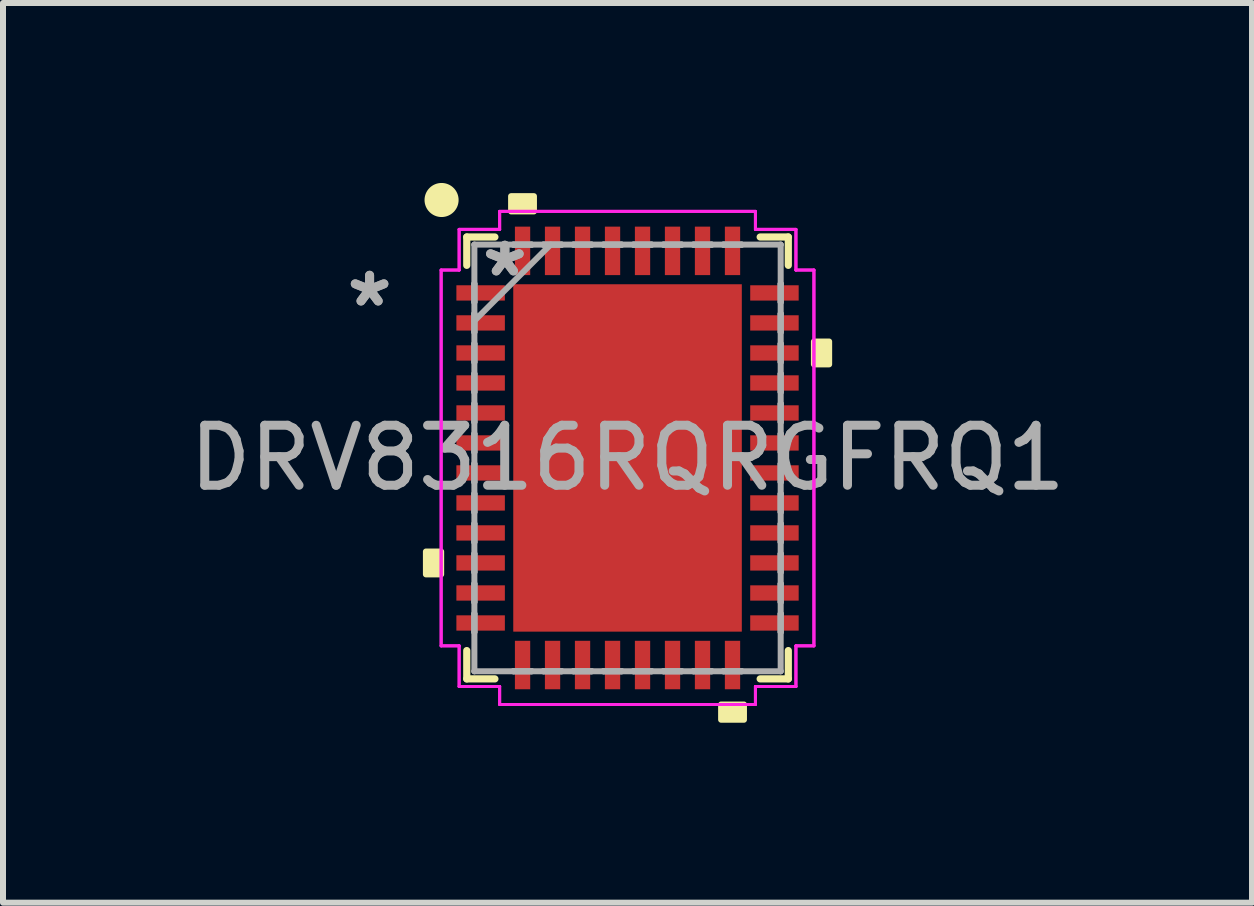
<source format=kicad_pcb>
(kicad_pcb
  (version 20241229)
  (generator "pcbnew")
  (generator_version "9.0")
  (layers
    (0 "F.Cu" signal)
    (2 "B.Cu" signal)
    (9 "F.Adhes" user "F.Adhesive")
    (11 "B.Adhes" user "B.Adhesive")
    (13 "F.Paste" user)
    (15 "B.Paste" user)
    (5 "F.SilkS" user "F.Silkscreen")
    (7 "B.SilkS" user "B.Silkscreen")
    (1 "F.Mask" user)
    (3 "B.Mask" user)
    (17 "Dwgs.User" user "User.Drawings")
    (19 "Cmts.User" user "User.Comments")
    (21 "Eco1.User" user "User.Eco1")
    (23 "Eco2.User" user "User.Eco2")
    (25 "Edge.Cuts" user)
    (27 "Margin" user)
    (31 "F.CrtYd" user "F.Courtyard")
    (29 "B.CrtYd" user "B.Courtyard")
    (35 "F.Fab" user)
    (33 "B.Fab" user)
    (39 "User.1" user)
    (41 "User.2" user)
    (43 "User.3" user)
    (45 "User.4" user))
  (footprint "DRV8316RQRGFRQ1"
    (layer "F.Cu")
    (at 7.411 4.584)
    (property "Reference" "DRV8316RQRGFRQ1" (at 0 0 180) (layer "F.Fab") (effects (font (size 1 1) (thickness 0.15))))
    (attr through_hole)
    (fp_line (start -2.68 -3.683) (end -2.68 -3.211) (stroke (width 0.12) (type solid)) (layer "F.SilkS"))
    (fp_line (start -2.68 3.211) (end -2.68 3.683) (stroke (width 0.12) (type solid)) (layer "F.SilkS"))
    (fp_line (start -2.68 3.683) (end -2.211 3.683) (stroke (width 0.12) (type solid)) (layer "F.SilkS"))
    (fp_line (start -2.211 -3.683) (end -2.68 -3.683) (stroke (width 0.12) (type solid)) (layer "F.SilkS"))
    (fp_line (start 2.211 3.683) (end 2.68 3.683) (stroke (width 0.12) (type solid)) (layer "F.SilkS"))
    (fp_line (start 2.68 -3.683) (end 2.211 -3.683) (stroke (width 0.12) (type solid)) (layer "F.SilkS"))
    (fp_line (start 2.68 -3.211) (end 2.68 -3.683) (stroke (width 0.12) (type solid)) (layer "F.SilkS"))
    (fp_line (start 2.68 3.683) (end 2.68 3.211) (stroke (width 0.12) (type solid)) (layer "F.SilkS"))
    (fp_circle (center -3.1 -4.3) (end -2.876 -4.3) (stroke (width 0.12) (type solid)) (fill yes) (layer "F.SilkS"))
    (fp_poly (pts (xy -3.361 1.56) (xy -3.361 1.941) (xy -3.107 1.941) (xy -3.107 1.56)) (stroke (width 0.1) (type solid)) (fill yes) (layer "F.SilkS"))
    (fp_poly (pts (xy -1.941 -4.11) (xy -1.941 -4.364) (xy -1.56 -4.364) (xy -1.56 -4.11)) (stroke (width 0.1) (type solid)) (fill yes) (layer "F.SilkS"))
    (fp_poly (pts (xy 1.56 4.11) (xy 1.56 4.364) (xy 1.941 4.364) (xy 1.941 4.11)) (stroke (width 0.1) (type solid)) (fill yes) (layer "F.SilkS"))
    (fp_poly (pts (xy 3.361 -1.941) (xy 3.361 -1.56) (xy 3.107 -1.56) (xy 3.107 -1.941)) (stroke (width 0.1) (type solid)) (fill yes) (layer "F.SilkS"))
    (fp_poly (pts (xy -1.805 -2.796) (xy -1.805 -1.548) (xy -0.735 -1.548) (xy -0.735 -2.796)) (stroke (width 0.1) (type solid)) (fill yes) (layer "F.Paste"))
    (fp_poly (pts (xy -1.805 -1.348) (xy -1.805 -0.1) (xy -0.735 -0.1) (xy -0.735 -1.348)) (stroke (width 0.1) (type solid)) (fill yes) (layer "F.Paste"))
    (fp_poly (pts (xy -1.805 0.1) (xy -1.805 1.348) (xy -0.735 1.348) (xy -0.735 0.1)) (stroke (width 0.1) (type solid)) (fill yes) (layer "F.Paste"))
    (fp_poly (pts (xy -1.805 1.548) (xy -1.805 2.796) (xy -0.735 2.796) (xy -0.735 1.548)) (stroke (width 0.1) (type solid)) (fill yes) (layer "F.Paste"))
    (fp_poly (pts (xy -0.535 -2.796) (xy -0.535 -1.548) (xy 0.535 -1.548) (xy 0.535 -2.796)) (stroke (width 0.1) (type solid)) (fill yes) (layer "F.Paste"))
    (fp_poly (pts (xy -0.535 -1.348) (xy -0.535 -0.1) (xy 0.535 -0.1) (xy 0.535 -1.348)) (stroke (width 0.1) (type solid)) (fill yes) (layer "F.Paste"))
    (fp_poly (pts (xy -0.535 0.1) (xy -0.535 1.348) (xy 0.535 1.348) (xy 0.535 0.1)) (stroke (width 0.1) (type solid)) (fill yes) (layer "F.Paste"))
    (fp_poly (pts (xy -0.535 1.548) (xy -0.535 2.796) (xy 0.535 2.796) (xy 0.535 1.548)) (stroke (width 0.1) (type solid)) (fill yes) (layer "F.Paste"))
    (fp_poly (pts (xy 0.735 -2.796) (xy 0.735 -1.548) (xy 1.805 -1.548) (xy 1.805 -2.796)) (stroke (width 0.1) (type solid)) (fill yes) (layer "F.Paste"))
    (fp_poly (pts (xy 0.735 -1.348) (xy 0.735 -0.1) (xy 1.805 -0.1) (xy 1.805 -1.348)) (stroke (width 0.1) (type solid)) (fill yes) (layer "F.Paste"))
    (fp_poly (pts (xy 0.735 0.1) (xy 0.735 1.348) (xy 1.805 1.348) (xy 1.805 0.1)) (stroke (width 0.1) (type solid)) (fill yes) (layer "F.Paste"))
    (fp_poly (pts (xy 0.735 1.548) (xy 0.735 2.796) (xy 1.805 2.796) (xy 1.805 1.548)) (stroke (width 0.1) (type solid)) (fill yes) (layer "F.Paste"))
    (fp_line (start -3.107 -3.132) (end -2.807 -3.132) (stroke (width 0.05) (type solid)) (layer "F.CrtYd"))
    (fp_line (start -3.107 -3.132) (end -2.807 -3.132) (stroke (width 0.05) (type solid)) (layer "F.CrtYd"))
    (fp_line (start -3.107 3.132) (end -3.107 -3.132) (stroke (width 0.05) (type solid)) (layer "F.CrtYd"))
    (fp_line (start -3.107 3.132) (end -3.107 -3.132) (stroke (width 0.05) (type solid)) (layer "F.CrtYd"))
    (fp_line (start -2.807 -3.81) (end -2.132 -3.81) (stroke (width 0.05) (type solid)) (layer "F.CrtYd"))
    (fp_line (start -2.807 -3.81) (end -2.132 -3.81) (stroke (width 0.05) (type solid)) (layer "F.CrtYd"))
    (fp_line (start -2.807 -3.132) (end -2.807 -3.81) (stroke (width 0.05) (type solid)) (layer "F.CrtYd"))
    (fp_line (start -2.807 -3.132) (end -2.807 -3.81) (stroke (width 0.05) (type solid)) (layer "F.CrtYd"))
    (fp_line (start -2.807 3.132) (end -3.107 3.132) (stroke (width 0.05) (type solid)) (layer "F.CrtYd"))
    (fp_line (start -2.807 3.132) (end -3.107 3.132) (stroke (width 0.05) (type solid)) (layer "F.CrtYd"))
    (fp_line (start -2.807 3.81) (end -2.807 3.132) (stroke (width 0.05) (type solid)) (layer "F.CrtYd"))
    (fp_line (start -2.807 3.81) (end -2.807 3.132) (stroke (width 0.05) (type solid)) (layer "F.CrtYd"))
    (fp_line (start -2.132 -4.11) (end 2.132 -4.11) (stroke (width 0.05) (type solid)) (layer "F.CrtYd"))
    (fp_line (start -2.132 -4.11) (end 2.132 -4.11) (stroke (width 0.05) (type solid)) (layer "F.CrtYd"))
    (fp_line (start -2.132 -3.81) (end -2.132 -4.11) (stroke (width 0.05) (type solid)) (layer "F.CrtYd"))
    (fp_line (start -2.132 -3.81) (end -2.132 -4.11) (stroke (width 0.05) (type solid)) (layer "F.CrtYd"))
    (fp_line (start -2.132 3.81) (end -2.807 3.81) (stroke (width 0.05) (type solid)) (layer "F.CrtYd"))
    (fp_line (start -2.132 3.81) (end -2.807 3.81) (stroke (width 0.05) (type solid)) (layer "F.CrtYd"))
    (fp_line (start -2.132 4.11) (end -2.132 3.81) (stroke (width 0.05) (type solid)) (layer "F.CrtYd"))
    (fp_line (start -2.132 4.11) (end -2.132 3.81) (stroke (width 0.05) (type solid)) (layer "F.CrtYd"))
    (fp_line (start 2.132 -4.11) (end 2.132 -3.81) (stroke (width 0.05) (type solid)) (layer "F.CrtYd"))
    (fp_line (start 2.132 -4.11) (end 2.132 -3.81) (stroke (width 0.05) (type solid)) (layer "F.CrtYd"))
    (fp_line (start 2.132 -3.81) (end 2.807 -3.81) (stroke (width 0.05) (type solid)) (layer "F.CrtYd"))
    (fp_line (start 2.132 -3.81) (end 2.807 -3.81) (stroke (width 0.05) (type solid)) (layer "F.CrtYd"))
    (fp_line (start 2.132 3.81) (end 2.132 4.11) (stroke (width 0.05) (type solid)) (layer "F.CrtYd"))
    (fp_line (start 2.132 3.81) (end 2.132 4.11) (stroke (width 0.05) (type solid)) (layer "F.CrtYd"))
    (fp_line (start 2.132 4.11) (end -2.132 4.11) (stroke (width 0.05) (type solid)) (layer "F.CrtYd"))
    (fp_line (start 2.132 4.11) (end -2.132 4.11) (stroke (width 0.05) (type solid)) (layer "F.CrtYd"))
    (fp_line (start 2.807 -3.81) (end 2.807 -3.132) (stroke (width 0.05) (type solid)) (layer "F.CrtYd"))
    (fp_line (start 2.807 -3.81) (end 2.807 -3.132) (stroke (width 0.05) (type solid)) (layer "F.CrtYd"))
    (fp_line (start 2.807 -3.132) (end 3.107 -3.132) (stroke (width 0.05) (type solid)) (layer "F.CrtYd"))
    (fp_line (start 2.807 -3.132) (end 3.107 -3.132) (stroke (width 0.05) (type solid)) (layer "F.CrtYd"))
    (fp_line (start 2.807 3.132) (end 2.807 3.81) (stroke (width 0.05) (type solid)) (layer "F.CrtYd"))
    (fp_line (start 2.807 3.132) (end 2.807 3.81) (stroke (width 0.05) (type solid)) (layer "F.CrtYd"))
    (fp_line (start 2.807 3.81) (end 2.132 3.81) (stroke (width 0.05) (type solid)) (layer "F.CrtYd"))
    (fp_line (start 2.807 3.81) (end 2.132 3.81) (stroke (width 0.05) (type solid)) (layer "F.CrtYd"))
    (fp_line (start 3.107 -3.132) (end 3.107 3.132) (stroke (width 0.05) (type solid)) (layer "F.CrtYd"))
    (fp_line (start 3.107 -3.132) (end 3.107 3.132) (stroke (width 0.05) (type solid)) (layer "F.CrtYd"))
    (fp_line (start 3.107 3.132) (end 2.807 3.132) (stroke (width 0.05) (type solid)) (layer "F.CrtYd"))
    (fp_line (start 3.107 3.132) (end 2.807 3.132) (stroke (width 0.05) (type solid)) (layer "F.CrtYd"))
    (fp_line (start -2.553 -3.556) (end -2.553 -3.556) (stroke (width 0.1) (type solid)) (layer "F.Fab"))
    (fp_line (start -2.553 -3.556) (end -2.553 3.556) (stroke (width 0.1) (type solid)) (layer "F.Fab"))
    (fp_line (start -2.553 -2.903) (end -2.553 -2.903) (stroke (width 0.1) (type solid)) (layer "F.Fab"))
    (fp_line (start -2.553 -2.903) (end -2.553 -2.598) (stroke (width 0.1) (type solid)) (layer "F.Fab"))
    (fp_line (start -2.553 -2.598) (end -2.553 -2.903) (stroke (width 0.1) (type solid)) (layer "F.Fab"))
    (fp_line (start -2.553 -2.598) (end -2.553 -2.598) (stroke (width 0.1) (type solid)) (layer "F.Fab"))
    (fp_line (start -2.553 -2.403) (end -2.553 -2.403) (stroke (width 0.1) (type solid)) (layer "F.Fab"))
    (fp_line (start -2.553 -2.403) (end -2.553 -2.098) (stroke (width 0.1) (type solid)) (layer "F.Fab"))
    (fp_line (start -2.553 -2.286) (end -1.283 -3.556) (stroke (width 0.1) (type solid)) (layer "F.Fab"))
    (fp_line (start -2.553 -2.098) (end -2.553 -2.403) (stroke (width 0.1) (type solid)) (layer "F.Fab"))
    (fp_line (start -2.553 -2.098) (end -2.553 -2.098) (stroke (width 0.1) (type solid)) (layer "F.Fab"))
    (fp_line (start -2.553 -1.903) (end -2.553 -1.903) (stroke (width 0.1) (type solid)) (layer "F.Fab"))
    (fp_line (start -2.553 -1.903) (end -2.553 -1.598) (stroke (width 0.1) (type solid)) (layer "F.Fab"))
    (fp_line (start -2.553 -1.598) (end -2.553 -1.903) (stroke (width 0.1) (type solid)) (layer "F.Fab"))
    (fp_line (start -2.553 -1.598) (end -2.553 -1.598) (stroke (width 0.1) (type solid)) (layer "F.Fab"))
    (fp_line (start -2.553 -1.403) (end -2.553 -1.403) (stroke (width 0.1) (type solid)) (layer "F.Fab"))
    (fp_line (start -2.553 -1.403) (end -2.553 -1.098) (stroke (width 0.1) (type solid)) (layer "F.Fab"))
    (fp_line (start -2.553 -1.098) (end -2.553 -1.403) (stroke (width 0.1) (type solid)) (layer "F.Fab"))
    (fp_line (start -2.553 -1.098) (end -2.553 -1.098) (stroke (width 0.1) (type solid)) (layer "F.Fab"))
    (fp_line (start -2.553 -0.903) (end -2.553 -0.903) (stroke (width 0.1) (type solid)) (layer "F.Fab"))
    (fp_line (start -2.553 -0.903) (end -2.553 -0.598) (stroke (width 0.1) (type solid)) (layer "F.Fab"))
    (fp_line (start -2.553 -0.598) (end -2.553 -0.903) (stroke (width 0.1) (type solid)) (layer "F.Fab"))
    (fp_line (start -2.553 -0.598) (end -2.553 -0.598) (stroke (width 0.1) (type solid)) (layer "F.Fab"))
    (fp_line (start -2.553 -0.402) (end -2.553 -0.402) (stroke (width 0.1) (type solid)) (layer "F.Fab"))
    (fp_line (start -2.553 -0.402) (end -2.553 -0.098) (stroke (width 0.1) (type solid)) (layer "F.Fab"))
    (fp_line (start -2.553 -0.098) (end -2.553 -0.402) (stroke (width 0.1) (type solid)) (layer "F.Fab"))
    (fp_line (start -2.553 -0.098) (end -2.553 -0.098) (stroke (width 0.1) (type solid)) (layer "F.Fab"))
    (fp_line (start -2.553 0.098) (end -2.553 0.098) (stroke (width 0.1) (type solid)) (layer "F.Fab"))
    (fp_line (start -2.553 0.098) (end -2.553 0.402) (stroke (width 0.1) (type solid)) (layer "F.Fab"))
    (fp_line (start -2.553 0.402) (end -2.553 0.098) (stroke (width 0.1) (type solid)) (layer "F.Fab"))
    (fp_line (start -2.553 0.402) (end -2.553 0.402) (stroke (width 0.1) (type solid)) (layer "F.Fab"))
    (fp_line (start -2.553 0.598) (end -2.553 0.598) (stroke (width 0.1) (type solid)) (layer "F.Fab"))
    (fp_line (start -2.553 0.598) (end -2.553 0.903) (stroke (width 0.1) (type solid)) (layer "F.Fab"))
    (fp_line (start -2.553 0.903) (end -2.553 0.598) (stroke (width 0.1) (type solid)) (layer "F.Fab"))
    (fp_line (start -2.553 0.903) (end -2.553 0.903) (stroke (width 0.1) (type solid)) (layer "F.Fab"))
    (fp_line (start -2.553 1.098) (end -2.553 1.098) (stroke (width 0.1) (type solid)) (layer "F.Fab"))
    (fp_line (start -2.553 1.098) (end -2.553 1.403) (stroke (width 0.1) (type solid)) (layer "F.Fab"))
    (fp_line (start -2.553 1.403) (end -2.553 1.098) (stroke (width 0.1) (type solid)) (layer "F.Fab"))
    (fp_line (start -2.553 1.403) (end -2.553 1.403) (stroke (width 0.1) (type solid)) (layer "F.Fab"))
    (fp_line (start -2.553 1.598) (end -2.553 1.598) (stroke (width 0.1) (type solid)) (layer "F.Fab"))
    (fp_line (start -2.553 1.598) (end -2.553 1.903) (stroke (width 0.1) (type solid)) (layer "F.Fab"))
    (fp_line (start -2.553 1.903) (end -2.553 1.598) (stroke (width 0.1) (type solid)) (layer "F.Fab"))
    (fp_line (start -2.553 1.903) (end -2.553 1.903) (stroke (width 0.1) (type solid)) (layer "F.Fab"))
    (fp_line (start -2.553 2.098) (end -2.553 2.098) (stroke (width 0.1) (type solid)) (layer "F.Fab"))
    (fp_line (start -2.553 2.098) (end -2.553 2.403) (stroke (width 0.1) (type solid)) (layer "F.Fab"))
    (fp_line (start -2.553 2.403) (end -2.553 2.098) (stroke (width 0.1) (type solid)) (layer "F.Fab"))
    (fp_line (start -2.553 2.403) (end -2.553 2.403) (stroke (width 0.1) (type solid)) (layer "F.Fab"))
    (fp_line (start -2.553 2.598) (end -2.553 2.598) (stroke (width 0.1) (type solid)) (layer "F.Fab"))
    (fp_line (start -2.553 2.598) (end -2.553 2.903) (stroke (width 0.1) (type solid)) (layer "F.Fab"))
    (fp_line (start -2.553 2.903) (end -2.553 2.598) (stroke (width 0.1) (type solid)) (layer "F.Fab"))
    (fp_line (start -2.553 2.903) (end -2.553 2.903) (stroke (width 0.1) (type solid)) (layer "F.Fab"))
    (fp_line (start -2.553 3.556) (end -2.553 3.556) (stroke (width 0.1) (type solid)) (layer "F.Fab"))
    (fp_line (start -2.553 3.556) (end 2.553 3.556) (stroke (width 0.1) (type solid)) (layer "F.Fab"))
    (fp_line (start -1.903 -3.556) (end -1.903 -3.556) (stroke (width 0.1) (type solid)) (layer "F.Fab"))
    (fp_line (start -1.903 -3.556) (end -1.598 -3.556) (stroke (width 0.1) (type solid)) (layer "F.Fab"))
    (fp_line (start -1.903 3.556) (end -1.903 3.556) (stroke (width 0.1) (type solid)) (layer "F.Fab"))
    (fp_line (start -1.903 3.556) (end -1.598 3.556) (stroke (width 0.1) (type solid)) (layer "F.Fab"))
    (fp_line (start -1.598 -3.556) (end -1.903 -3.556) (stroke (width 0.1) (type solid)) (layer "F.Fab"))
    (fp_line (start -1.598 -3.556) (end -1.598 -3.556) (stroke (width 0.1) (type solid)) (layer "F.Fab"))
    (fp_line (start -1.598 3.556) (end -1.903 3.556) (stroke (width 0.1) (type solid)) (layer "F.Fab"))
    (fp_line (start -1.598 3.556) (end -1.598 3.556) (stroke (width 0.1) (type solid)) (layer "F.Fab"))
    (fp_line (start -1.403 -3.556) (end -1.403 -3.556) (stroke (width 0.1) (type solid)) (layer "F.Fab"))
    (fp_line (start -1.403 -3.556) (end -1.098 -3.556) (stroke (width 0.1) (type solid)) (layer "F.Fab"))
    (fp_line (start -1.403 3.556) (end -1.403 3.556) (stroke (width 0.1) (type solid)) (layer "F.Fab"))
    (fp_line (start -1.403 3.556) (end -1.098 3.556) (stroke (width 0.1) (type solid)) (layer "F.Fab"))
    (fp_line (start -1.098 -3.556) (end -1.403 -3.556) (stroke (width 0.1) (type solid)) (layer "F.Fab"))
    (fp_line (start -1.098 -3.556) (end -1.098 -3.556) (stroke (width 0.1) (type solid)) (layer "F.Fab"))
    (fp_line (start -1.098 3.556) (end -1.403 3.556) (stroke (width 0.1) (type solid)) (layer "F.Fab"))
    (fp_line (start -1.098 3.556) (end -1.098 3.556) (stroke (width 0.1) (type solid)) (layer "F.Fab"))
    (fp_line (start -0.903 -3.556) (end -0.903 -3.556) (stroke (width 0.1) (type solid)) (layer "F.Fab"))
    (fp_line (start -0.903 -3.556) (end -0.598 -3.556) (stroke (width 0.1) (type solid)) (layer "F.Fab"))
    (fp_line (start -0.903 3.556) (end -0.903 3.556) (stroke (width 0.1) (type solid)) (layer "F.Fab"))
    (fp_line (start -0.903 3.556) (end -0.598 3.556) (stroke (width 0.1) (type solid)) (layer "F.Fab"))
    (fp_line (start -0.598 -3.556) (end -0.903 -3.556) (stroke (width 0.1) (type solid)) (layer "F.Fab"))
    (fp_line (start -0.598 -3.556) (end -0.598 -3.556) (stroke (width 0.1) (type solid)) (layer "F.Fab"))
    (fp_line (start -0.598 3.556) (end -0.903 3.556) (stroke (width 0.1) (type solid)) (layer "F.Fab"))
    (fp_line (start -0.598 3.556) (end -0.598 3.556) (stroke (width 0.1) (type solid)) (layer "F.Fab"))
    (fp_line (start -0.402 -3.556) (end -0.402 -3.556) (stroke (width 0.1) (type solid)) (layer "F.Fab"))
    (fp_line (start -0.402 -3.556) (end -0.098 -3.556) (stroke (width 0.1) (type solid)) (layer "F.Fab"))
    (fp_line (start -0.402 3.556) (end -0.402 3.556) (stroke (width 0.1) (type solid)) (layer "F.Fab"))
    (fp_line (start -0.402 3.556) (end -0.098 3.556) (stroke (width 0.1) (type solid)) (layer "F.Fab"))
    (fp_line (start -0.098 -3.556) (end -0.402 -3.556) (stroke (width 0.1) (type solid)) (layer "F.Fab"))
    (fp_line (start -0.098 -3.556) (end -0.098 -3.556) (stroke (width 0.1) (type solid)) (layer "F.Fab"))
    (fp_line (start -0.098 3.556) (end -0.402 3.556) (stroke (width 0.1) (type solid)) (layer "F.Fab"))
    (fp_line (start -0.098 3.556) (end -0.098 3.556) (stroke (width 0.1) (type solid)) (layer "F.Fab"))
    (fp_line (start 0.098 -3.556) (end 0.098 -3.556) (stroke (width 0.1) (type solid)) (layer "F.Fab"))
    (fp_line (start 0.098 -3.556) (end 0.402 -3.556) (stroke (width 0.1) (type solid)) (layer "F.Fab"))
    (fp_line (start 0.098 3.556) (end 0.098 3.556) (stroke (width 0.1) (type solid)) (layer "F.Fab"))
    (fp_line (start 0.098 3.556) (end 0.402 3.556) (stroke (width 0.1) (type solid)) (layer "F.Fab"))
    (fp_line (start 0.402 -3.556) (end 0.098 -3.556) (stroke (width 0.1) (type solid)) (layer "F.Fab"))
    (fp_line (start 0.402 -3.556) (end 0.402 -3.556) (stroke (width 0.1) (type solid)) (layer "F.Fab"))
    (fp_line (start 0.402 3.556) (end 0.098 3.556) (stroke (width 0.1) (type solid)) (layer "F.Fab"))
    (fp_line (start 0.402 3.556) (end 0.402 3.556) (stroke (width 0.1) (type solid)) (layer "F.Fab"))
    (fp_line (start 0.598 -3.556) (end 0.598 -3.556) (stroke (width 0.1) (type solid)) (layer "F.Fab"))
    (fp_line (start 0.598 -3.556) (end 0.903 -3.556) (stroke (width 0.1) (type solid)) (layer "F.Fab"))
    (fp_line (start 0.598 3.556) (end 0.598 3.556) (stroke (width 0.1) (type solid)) (layer "F.Fab"))
    (fp_line (start 0.598 3.556) (end 0.903 3.556) (stroke (width 0.1) (type solid)) (layer "F.Fab"))
    (fp_line (start 0.903 -3.556) (end 0.598 -3.556) (stroke (width 0.1) (type solid)) (layer "F.Fab"))
    (fp_line (start 0.903 -3.556) (end 0.903 -3.556) (stroke (width 0.1) (type solid)) (layer "F.Fab"))
    (fp_line (start 0.903 3.556) (end 0.598 3.556) (stroke (width 0.1) (type solid)) (layer "F.Fab"))
    (fp_line (start 0.903 3.556) (end 0.903 3.556) (stroke (width 0.1) (type solid)) (layer "F.Fab"))
    (fp_line (start 1.098 -3.556) (end 1.098 -3.556) (stroke (width 0.1) (type solid)) (layer "F.Fab"))
    (fp_line (start 1.098 -3.556) (end 1.403 -3.556) (stroke (width 0.1) (type solid)) (layer "F.Fab"))
    (fp_line (start 1.098 3.556) (end 1.098 3.556) (stroke (width 0.1) (type solid)) (layer "F.Fab"))
    (fp_line (start 1.098 3.556) (end 1.403 3.556) (stroke (width 0.1) (type solid)) (layer "F.Fab"))
    (fp_line (start 1.403 -3.556) (end 1.098 -3.556) (stroke (width 0.1) (type solid)) (layer "F.Fab"))
    (fp_line (start 1.403 -3.556) (end 1.403 -3.556) (stroke (width 0.1) (type solid)) (layer "F.Fab"))
    (fp_line (start 1.403 3.556) (end 1.098 3.556) (stroke (width 0.1) (type solid)) (layer "F.Fab"))
    (fp_line (start 1.403 3.556) (end 1.403 3.556) (stroke (width 0.1) (type solid)) (layer "F.Fab"))
    (fp_line (start 1.598 -3.556) (end 1.598 -3.556) (stroke (width 0.1) (type solid)) (layer "F.Fab"))
    (fp_line (start 1.598 -3.556) (end 1.903 -3.556) (stroke (width 0.1) (type solid)) (layer "F.Fab"))
    (fp_line (start 1.598 3.556) (end 1.598 3.556) (stroke (width 0.1) (type solid)) (layer "F.Fab"))
    (fp_line (start 1.598 3.556) (end 1.903 3.556) (stroke (width 0.1) (type solid)) (layer "F.Fab"))
    (fp_line (start 1.903 -3.556) (end 1.598 -3.556) (stroke (width 0.1) (type solid)) (layer "F.Fab"))
    (fp_line (start 1.903 -3.556) (end 1.903 -3.556) (stroke (width 0.1) (type solid)) (layer "F.Fab"))
    (fp_line (start 1.903 3.556) (end 1.598 3.556) (stroke (width 0.1) (type solid)) (layer "F.Fab"))
    (fp_line (start 1.903 3.556) (end 1.903 3.556) (stroke (width 0.1) (type solid)) (layer "F.Fab"))
    (fp_line (start 2.553 -3.556) (end -2.553 -3.556) (stroke (width 0.1) (type solid)) (layer "F.Fab"))
    (fp_line (start 2.553 -3.556) (end 2.553 -3.556) (stroke (width 0.1) (type solid)) (layer "F.Fab"))
    (fp_line (start 2.553 -2.903) (end 2.553 -2.903) (stroke (width 0.1) (type solid)) (layer "F.Fab"))
    (fp_line (start 2.553 -2.903) (end 2.553 -2.598) (stroke (width 0.1) (type solid)) (layer "F.Fab"))
    (fp_line (start 2.553 -2.598) (end 2.553 -2.903) (stroke (width 0.1) (type solid)) (layer "F.Fab"))
    (fp_line (start 2.553 -2.598) (end 2.553 -2.598) (stroke (width 0.1) (type solid)) (layer "F.Fab"))
    (fp_line (start 2.553 -2.403) (end 2.553 -2.403) (stroke (width 0.1) (type solid)) (layer "F.Fab"))
    (fp_line (start 2.553 -2.403) (end 2.553 -2.098) (stroke (width 0.1) (type solid)) (layer "F.Fab"))
    (fp_line (start 2.553 -2.098) (end 2.553 -2.403) (stroke (width 0.1) (type solid)) (layer "F.Fab"))
    (fp_line (start 2.553 -2.098) (end 2.553 -2.098) (stroke (width 0.1) (type solid)) (layer "F.Fab"))
    (fp_line (start 2.553 -1.903) (end 2.553 -1.903) (stroke (width 0.1) (type solid)) (layer "F.Fab"))
    (fp_line (start 2.553 -1.903) (end 2.553 -1.598) (stroke (width 0.1) (type solid)) (layer "F.Fab"))
    (fp_line (start 2.553 -1.598) (end 2.553 -1.903) (stroke (width 0.1) (type solid)) (layer "F.Fab"))
    (fp_line (start 2.553 -1.598) (end 2.553 -1.598) (stroke (width 0.1) (type solid)) (layer "F.Fab"))
    (fp_line (start 2.553 -1.403) (end 2.553 -1.403) (stroke (width 0.1) (type solid)) (layer "F.Fab"))
    (fp_line (start 2.553 -1.403) (end 2.553 -1.098) (stroke (width 0.1) (type solid)) (layer "F.Fab"))
    (fp_line (start 2.553 -1.098) (end 2.553 -1.403) (stroke (width 0.1) (type solid)) (layer "F.Fab"))
    (fp_line (start 2.553 -1.098) (end 2.553 -1.098) (stroke (width 0.1) (type solid)) (layer "F.Fab"))
    (fp_line (start 2.553 -0.903) (end 2.553 -0.903) (stroke (width 0.1) (type solid)) (layer "F.Fab"))
    (fp_line (start 2.553 -0.903) (end 2.553 -0.598) (stroke (width 0.1) (type solid)) (layer "F.Fab"))
    (fp_line (start 2.553 -0.598) (end 2.553 -0.903) (stroke (width 0.1) (type solid)) (layer "F.Fab"))
    (fp_line (start 2.553 -0.598) (end 2.553 -0.598) (stroke (width 0.1) (type solid)) (layer "F.Fab"))
    (fp_line (start 2.553 -0.402) (end 2.553 -0.402) (stroke (width 0.1) (type solid)) (layer "F.Fab"))
    (fp_line (start 2.553 -0.402) (end 2.553 -0.098) (stroke (width 0.1) (type solid)) (layer "F.Fab"))
    (fp_line (start 2.553 -0.098) (end 2.553 -0.402) (stroke (width 0.1) (type solid)) (layer "F.Fab"))
    (fp_line (start 2.553 -0.098) (end 2.553 -0.098) (stroke (width 0.1) (type solid)) (layer "F.Fab"))
    (fp_line (start 2.553 0.098) (end 2.553 0.098) (stroke (width 0.1) (type solid)) (layer "F.Fab"))
    (fp_line (start 2.553 0.098) (end 2.553 0.402) (stroke (width 0.1) (type solid)) (layer "F.Fab"))
    (fp_line (start 2.553 0.402) (end 2.553 0.098) (stroke (width 0.1) (type solid)) (layer "F.Fab"))
    (fp_line (start 2.553 0.402) (end 2.553 0.402) (stroke (width 0.1) (type solid)) (layer "F.Fab"))
    (fp_line (start 2.553 0.598) (end 2.553 0.598) (stroke (width 0.1) (type solid)) (layer "F.Fab"))
    (fp_line (start 2.553 0.598) (end 2.553 0.903) (stroke (width 0.1) (type solid)) (layer "F.Fab"))
    (fp_line (start 2.553 0.903) (end 2.553 0.598) (stroke (width 0.1) (type solid)) (layer "F.Fab"))
    (fp_line (start 2.553 0.903) (end 2.553 0.903) (stroke (width 0.1) (type solid)) (layer "F.Fab"))
    (fp_line (start 2.553 1.098) (end 2.553 1.098) (stroke (width 0.1) (type solid)) (layer "F.Fab"))
    (fp_line (start 2.553 1.098) (end 2.553 1.403) (stroke (width 0.1) (type solid)) (layer "F.Fab"))
    (fp_line (start 2.553 1.403) (end 2.553 1.098) (stroke (width 0.1) (type solid)) (layer "F.Fab"))
    (fp_line (start 2.553 1.403) (end 2.553 1.403) (stroke (width 0.1) (type solid)) (layer "F.Fab"))
    (fp_line (start 2.553 1.598) (end 2.553 1.598) (stroke (width 0.1) (type solid)) (layer "F.Fab"))
    (fp_line (start 2.553 1.598) (end 2.553 1.903) (stroke (width 0.1) (type solid)) (layer "F.Fab"))
    (fp_line (start 2.553 1.903) (end 2.553 1.598) (stroke (width 0.1) (type solid)) (layer "F.Fab"))
    (fp_line (start 2.553 1.903) (end 2.553 1.903) (stroke (width 0.1) (type solid)) (layer "F.Fab"))
    (fp_line (start 2.553 2.098) (end 2.553 2.098) (stroke (width 0.1) (type solid)) (layer "F.Fab"))
    (fp_line (start 2.553 2.098) (end 2.553 2.403) (stroke (width 0.1) (type solid)) (layer "F.Fab"))
    (fp_line (start 2.553 2.403) (end 2.553 2.098) (stroke (width 0.1) (type solid)) (layer "F.Fab"))
    (fp_line (start 2.553 2.403) (end 2.553 2.403) (stroke (width 0.1) (type solid)) (layer "F.Fab"))
    (fp_line (start 2.553 2.598) (end 2.553 2.598) (stroke (width 0.1) (type solid)) (layer "F.Fab"))
    (fp_line (start 2.553 2.598) (end 2.553 2.903) (stroke (width 0.1) (type solid)) (layer "F.Fab"))
    (fp_line (start 2.553 2.903) (end 2.553 2.598) (stroke (width 0.1) (type solid)) (layer "F.Fab"))
    (fp_line (start 2.553 2.903) (end 2.553 2.903) (stroke (width 0.1) (type solid)) (layer "F.Fab"))
    (fp_line (start 2.553 3.556) (end 2.553 -3.556) (stroke (width 0.1) (type solid)) (layer "F.Fab"))
    (fp_line (start 2.553 3.556) (end 2.553 3.556) (stroke (width 0.1) (type solid)) (layer "F.Fab"))
    (fp_text user "*" (at -2.045 -3.001 180) (layer "F.Fab") (effects (font (size 1 1) (thickness 0.15))))
    (fp_text user "*" (at -4.3 -2.5 180) (layer "F.Fab") (effects (font (size 1 1) (thickness 0.15))))
    (fp_text user "*" (at -2.045 -3.001 180) (layer "F.Fab") (effects (font (size 1 1) (thickness 0.15))))
    (fp_text user "*" (at -4.3 -2.5 180) (layer "F.Fab") (effects (font (size 1 1) (thickness 0.15))))
    (pad "1" smd rect (at -2.449 -2.751 90) (size 0.255 0.808) (layers "F.Cu" "F.Mask" "F.Paste"))
    (pad "2" smd rect (at -2.449 -2.251 90) (size 0.255 0.808) (layers "F.Cu" "F.Mask" "F.Paste"))
    (pad "3" smd rect (at -2.449 -1.75 90) (size 0.255 0.808) (layers "F.Cu" "F.Mask" "F.Paste"))
    (pad "4" smd rect (at -2.449 -1.25 90) (size 0.255 0.808) (layers "F.Cu" "F.Mask" "F.Paste"))
    (pad "5" smd rect (at -2.449 -0.75 90) (size 0.255 0.808) (layers "F.Cu" "F.Mask" "F.Paste"))
    (pad "6" smd rect (at -2.449 -0.25 90) (size 0.255 0.808) (layers "F.Cu" "F.Mask" "F.Paste"))
    (pad "7" smd rect (at -2.449 0.25 90) (size 0.255 0.808) (layers "F.Cu" "F.Mask" "F.Paste"))
    (pad "8" smd rect (at -2.449 0.75 90) (size 0.255 0.808) (layers "F.Cu" "F.Mask" "F.Paste"))
    (pad "9" smd rect (at -2.449 1.25 90) (size 0.255 0.808) (layers "F.Cu" "F.Mask" "F.Paste"))
    (pad "10" smd rect (at -2.449 1.75 90) (size 0.255 0.808) (layers "F.Cu" "F.Mask" "F.Paste"))
    (pad "11" smd rect (at -2.449 2.251 90) (size 0.255 0.808) (layers "F.Cu" "F.Mask" "F.Paste"))
    (pad "12" smd rect (at -2.449 2.751 90) (size 0.255 0.808) (layers "F.Cu" "F.Mask" "F.Paste"))
    (pad "13" smd rect (at -1.75 3.452) (size 0.255 0.808) (layers "F.Cu" "F.Mask" "F.Paste"))
    (pad "14" smd rect (at -1.25 3.452) (size 0.255 0.808) (layers "F.Cu" "F.Mask" "F.Paste"))
    (pad "15" smd rect (at -0.75 3.452) (size 0.255 0.808) (layers "F.Cu" "F.Mask" "F.Paste"))
    (pad "16" smd rect (at -0.25 3.452) (size 0.255 0.808) (layers "F.Cu" "F.Mask" "F.Paste"))
    (pad "17" smd rect (at 0.25 3.452) (size 0.255 0.808) (layers "F.Cu" "F.Mask" "F.Paste"))
    (pad "18" smd rect (at 0.75 3.452) (size 0.255 0.808) (layers "F.Cu" "F.Mask" "F.Paste"))
    (pad "19" smd rect (at 1.25 3.452) (size 0.255 0.808) (layers "F.Cu" "F.Mask" "F.Paste"))
    (pad "20" smd rect (at 1.75 3.452) (size 0.255 0.808) (layers "F.Cu" "F.Mask" "F.Paste"))
    (pad "21" smd rect (at 2.449 2.751 90) (size 0.255 0.808) (layers "F.Cu" "F.Mask" "F.Paste"))
    (pad "22" smd rect (at 2.449 2.251 90) (size 0.255 0.808) (layers "F.Cu" "F.Mask" "F.Paste"))
    (pad "23" smd rect (at 2.449 1.75 90) (size 0.255 0.808) (layers "F.Cu" "F.Mask" "F.Paste"))
    (pad "24" smd rect (at 2.449 1.25 90) (size 0.255 0.808) (layers "F.Cu" "F.Mask" "F.Paste"))
    (pad "25" smd rect (at 2.449 0.75 90) (size 0.255 0.808) (layers "F.Cu" "F.Mask" "F.Paste"))
    (pad "26" smd rect (at 2.449 0.25 90) (size 0.255 0.808) (layers "F.Cu" "F.Mask" "F.Paste"))
    (pad "27" smd rect (at 2.449 -0.25 90) (size 0.255 0.808) (layers "F.Cu" "F.Mask" "F.Paste"))
    (pad "28" smd rect (at 2.449 -0.75 90) (size 0.255 0.808) (layers "F.Cu" "F.Mask" "F.Paste"))
    (pad "29" smd rect (at 2.449 -1.25 90) (size 0.255 0.808) (layers "F.Cu" "F.Mask" "F.Paste"))
    (pad "30" smd rect (at 2.449 -1.75 90) (size 0.255 0.808) (layers "F.Cu" "F.Mask" "F.Paste"))
    (pad "31" smd rect (at 2.449 -2.251 90) (size 0.255 0.808) (layers "F.Cu" "F.Mask" "F.Paste"))
    (pad "32" smd rect (at 2.449 -2.751 90) (size 0.255 0.808) (layers "F.Cu" "F.Mask" "F.Paste"))
    (pad "33" smd rect (at 1.75 -3.452) (size 0.255 0.808) (layers "F.Cu" "F.Mask" "F.Paste"))
    (pad "34" smd rect (at 1.25 -3.452) (size 0.255 0.808) (layers "F.Cu" "F.Mask" "F.Paste"))
    (pad "35" smd rect (at 0.75 -3.452) (size 0.255 0.808) (layers "F.Cu" "F.Mask" "F.Paste"))
    (pad "36" smd rect (at 0.25 -3.452) (size 0.255 0.808) (layers "F.Cu" "F.Mask" "F.Paste"))
    (pad "37" smd rect (at -0.25 -3.452) (size 0.255 0.808) (layers "F.Cu" "F.Mask" "F.Paste"))
    (pad "38" smd rect (at -0.75 -3.452) (size 0.255 0.808) (layers "F.Cu" "F.Mask" "F.Paste"))
    (pad "39" smd rect (at -1.25 -3.452) (size 0.255 0.808) (layers "F.Cu" "F.Mask" "F.Paste"))
    (pad "40" smd rect (at -1.75 -3.452) (size 0.255 0.808) (layers "F.Cu" "F.Mask" "F.Paste"))
    (pad "41" smd rect (at 0 0) (size 3.81 5.791) (layers "F.Cu" "F.Mask")))
  (gr_rect
    (start -3 -3)
    (end 17.821 11.998)
    (stroke (width 0.1) (type default))
    (fill no)
    (layer "Edge.Cuts")))
</source>
